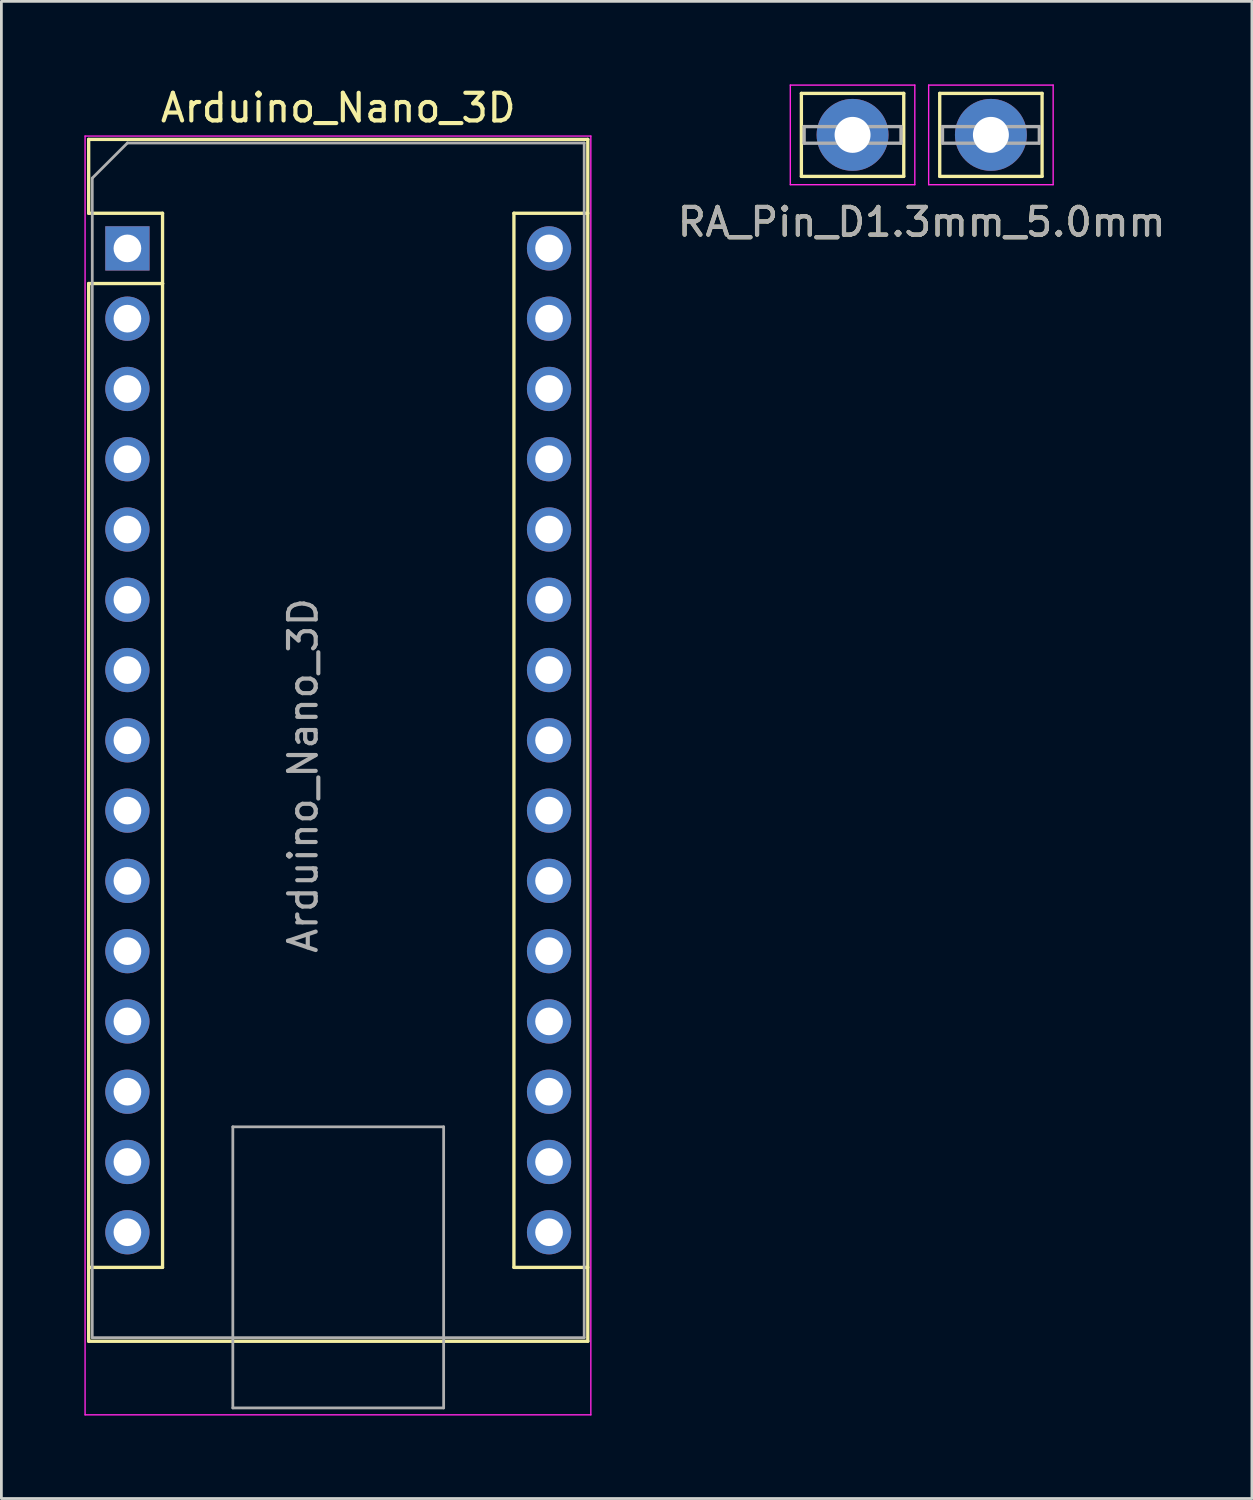
<source format=kicad_pcb>
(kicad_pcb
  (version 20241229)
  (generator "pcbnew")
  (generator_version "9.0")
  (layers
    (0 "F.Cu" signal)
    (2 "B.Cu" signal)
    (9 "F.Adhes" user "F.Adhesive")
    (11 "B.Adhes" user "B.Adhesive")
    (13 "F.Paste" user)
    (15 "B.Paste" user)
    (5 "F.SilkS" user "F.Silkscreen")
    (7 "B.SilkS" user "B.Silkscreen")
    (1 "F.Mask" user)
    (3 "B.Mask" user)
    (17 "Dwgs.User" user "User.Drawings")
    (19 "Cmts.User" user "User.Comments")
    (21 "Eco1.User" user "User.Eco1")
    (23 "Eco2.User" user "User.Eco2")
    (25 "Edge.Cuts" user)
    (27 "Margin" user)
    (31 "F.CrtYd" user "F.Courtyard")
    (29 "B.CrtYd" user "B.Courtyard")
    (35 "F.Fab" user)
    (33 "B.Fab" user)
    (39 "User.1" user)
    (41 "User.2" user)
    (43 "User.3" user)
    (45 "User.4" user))
  (footprint "Arduino_Nano_3D"
    (layer "F.Cu")
    (at 1.555 5.928)
    (property "Reference" "Arduino_Nano_3D" (at 7.62 -5.08 0) (layer "F.SilkS") (effects (font (size 1 1) (thickness 0.15))))
    (attr through_hole)
    (fp_line (start -1.4 -3.94) (end -1.4 -1.27) (stroke (width 0.12) (type solid)) (layer "F.SilkS"))
    (fp_line (start -1.4 1.27) (end -1.4 39.5) (stroke (width 0.12) (type solid)) (layer "F.SilkS"))
    (fp_line (start -1.4 39.5) (end 16.64 39.5) (stroke (width 0.12) (type solid)) (layer "F.SilkS"))
    (fp_line (start 1.27 -1.27) (end -1.4 -1.27) (stroke (width 0.12) (type solid)) (layer "F.SilkS"))
    (fp_line (start 1.27 1.27) (end -1.4 1.27) (stroke (width 0.12) (type solid)) (layer "F.SilkS"))
    (fp_line (start 1.27 1.27) (end 1.27 -1.27) (stroke (width 0.12) (type solid)) (layer "F.SilkS"))
    (fp_line (start 1.27 1.27) (end 1.27 36.83) (stroke (width 0.12) (type solid)) (layer "F.SilkS"))
    (fp_line (start 1.27 36.83) (end -1.4 36.83) (stroke (width 0.12) (type solid)) (layer "F.SilkS"))
    (fp_line (start 13.97 -1.27) (end 13.97 36.83) (stroke (width 0.12) (type solid)) (layer "F.SilkS"))
    (fp_line (start 13.97 -1.27) (end 16.64 -1.27) (stroke (width 0.12) (type solid)) (layer "F.SilkS"))
    (fp_line (start 13.97 36.83) (end 16.64 36.83) (stroke (width 0.12) (type solid)) (layer "F.SilkS"))
    (fp_line (start 16.64 -3.94) (end -1.4 -3.94) (stroke (width 0.12) (type solid)) (layer "F.SilkS"))
    (fp_line (start 16.64 39.5) (end 16.64 -3.94) (stroke (width 0.12) (type solid)) (layer "F.SilkS"))
    (fp_line (start -1.53 -4.06) (end -1.53 42.16) (stroke (width 0.05) (type solid)) (layer "F.CrtYd"))
    (fp_line (start -1.53 -4.06) (end 16.75 -4.06) (stroke (width 0.05) (type solid)) (layer "F.CrtYd"))
    (fp_line (start 16.75 42.16) (end -1.53 42.16) (stroke (width 0.05) (type solid)) (layer "F.CrtYd"))
    (fp_line (start 16.75 42.16) (end 16.75 -4.06) (stroke (width 0.05) (type solid)) (layer "F.CrtYd"))
    (fp_line (start -1.27 -2.54) (end 0 -3.81) (stroke (width 0.1) (type solid)) (layer "F.Fab"))
    (fp_line (start -1.27 39.37) (end -1.27 -2.54) (stroke (width 0.1) (type solid)) (layer "F.Fab"))
    (fp_line (start 0 -3.81) (end 16.51 -3.81) (stroke (width 0.1) (type solid)) (layer "F.Fab"))
    (fp_line (start 3.81 31.75) (end 11.43 31.75) (stroke (width 0.1) (type solid)) (layer "F.Fab"))
    (fp_line (start 3.81 41.91) (end 3.81 31.75) (stroke (width 0.1) (type solid)) (layer "F.Fab"))
    (fp_line (start 11.43 31.75) (end 11.43 41.91) (stroke (width 0.1) (type solid)) (layer "F.Fab"))
    (fp_line (start 11.43 41.91) (end 3.81 41.91) (stroke (width 0.1) (type solid)) (layer "F.Fab"))
    (fp_line (start 16.51 -3.81) (end 16.51 39.37) (stroke (width 0.1) (type solid)) (layer "F.Fab"))
    (fp_line (start 16.51 39.37) (end -1.27 39.37) (stroke (width 0.1) (type solid)) (layer "F.Fab"))
    (fp_text user "${REFERENCE}" (at 6.35 19.05 90) (layer "F.Fab") (effects (font (size 1 1) (thickness 0.15))))
    (pad "1" thru_hole rect (at 0 0) (size 1.6 1.6) (drill 1) (layers "*.Cu" "*.Mask"))
    (pad "2" thru_hole oval (at 0 2.54) (size 1.6 1.6) (drill 1) (layers "*.Cu" "*.Mask"))
    (pad "3" thru_hole oval (at 0 5.08) (size 1.6 1.6) (drill 1) (layers "*.Cu" "*.Mask"))
    (pad "4" thru_hole oval (at 0 7.62) (size 1.6 1.6) (drill 1) (layers "*.Cu" "*.Mask"))
    (pad "5" thru_hole oval (at 0 10.16) (size 1.6 1.6) (drill 1) (layers "*.Cu" "*.Mask"))
    (pad "6" thru_hole oval (at 0 12.7) (size 1.6 1.6) (drill 1) (layers "*.Cu" "*.Mask"))
    (pad "7" thru_hole oval (at 0 15.24) (size 1.6 1.6) (drill 1) (layers "*.Cu" "*.Mask"))
    (pad "8" thru_hole oval (at 0 17.78) (size 1.6 1.6) (drill 1) (layers "*.Cu" "*.Mask"))
    (pad "9" thru_hole oval (at 0 20.32) (size 1.6 1.6) (drill 1) (layers "*.Cu" "*.Mask"))
    (pad "10" thru_hole oval (at 0 22.86) (size 1.6 1.6) (drill 1) (layers "*.Cu" "*.Mask"))
    (pad "11" thru_hole oval (at 0 25.4) (size 1.6 1.6) (drill 1) (layers "*.Cu" "*.Mask"))
    (pad "12" thru_hole oval (at 0 27.94) (size 1.6 1.6) (drill 1) (layers "*.Cu" "*.Mask"))
    (pad "13" thru_hole oval (at 0 30.48) (size 1.6 1.6) (drill 1) (layers "*.Cu" "*.Mask"))
    (pad "14" thru_hole oval (at 0 33.02) (size 1.6 1.6) (drill 1) (layers "*.Cu" "*.Mask"))
    (pad "15" thru_hole oval (at 0 35.56) (size 1.6 1.6) (drill 1) (layers "*.Cu" "*.Mask"))
    (pad "16" thru_hole oval (at 15.24 35.56) (size 1.6 1.6) (drill 1) (layers "*.Cu" "*.Mask"))
    (pad "17" thru_hole oval (at 15.24 33.02) (size 1.6 1.6) (drill 1) (layers "*.Cu" "*.Mask"))
    (pad "18" thru_hole oval (at 15.24 30.48) (size 1.6 1.6) (drill 1) (layers "*.Cu" "*.Mask"))
    (pad "19" thru_hole oval (at 15.24 27.94) (size 1.6 1.6) (drill 1) (layers "*.Cu" "*.Mask"))
    (pad "20" thru_hole oval (at 15.24 25.4) (size 1.6 1.6) (drill 1) (layers "*.Cu" "*.Mask"))
    (pad "21" thru_hole oval (at 15.24 22.86) (size 1.6 1.6) (drill 1) (layers "*.Cu" "*.Mask"))
    (pad "22" thru_hole oval (at 15.24 20.32) (size 1.6 1.6) (drill 1) (layers "*.Cu" "*.Mask"))
    (pad "23" thru_hole oval (at 15.24 17.78) (size 1.6 1.6) (drill 1) (layers "*.Cu" "*.Mask"))
    (pad "24" thru_hole oval (at 15.24 15.24) (size 1.6 1.6) (drill 1) (layers "*.Cu" "*.Mask"))
    (pad "25" thru_hole oval (at 15.24 12.7) (size 1.6 1.6) (drill 1) (layers "*.Cu" "*.Mask"))
    (pad "26" thru_hole oval (at 15.24 10.16) (size 1.6 1.6) (drill 1) (layers "*.Cu" "*.Mask"))
    (pad "27" thru_hole oval (at 15.24 7.62) (size 1.6 1.6) (drill 1) (layers "*.Cu" "*.Mask"))
    (pad "28" thru_hole oval (at 15.24 5.08) (size 1.6 1.6) (drill 1) (layers "*.Cu" "*.Mask"))
    (pad "29" thru_hole oval (at 15.24 2.54) (size 1.6 1.6) (drill 1) (layers "*.Cu" "*.Mask"))
    (pad "30" thru_hole oval (at 15.24 0) (size 1.6 1.6) (drill 1) (layers "*.Cu" "*.Mask")))
  (footprint "RA_Pin_D1.3mm_5.0mm"
    (layer "F.Cu")
    (at 30.265 1.825)
    (property "Reference" "RA_Pin_D1.3mm_5.0mm" (at 0 3.15 0) (layer "F.SilkS") (effects (font (size 1 1) (thickness 0.15))))
    (attr through_hole)
    (fp_line (start -4.35 -1.5) (end -4.35 1.5) (stroke (width 0.12) (type solid)) (layer "F.SilkS"))
    (fp_line (start -4.35 1.5) (end -0.65 1.5) (stroke (width 0.12) (type solid)) (layer "F.SilkS"))
    (fp_line (start -0.65 -1.5) (end -4.35 -1.5) (stroke (width 0.12) (type solid)) (layer "F.SilkS"))
    (fp_line (start -0.65 -1.5) (end -0.65 1.5) (stroke (width 0.12) (type solid)) (layer "F.SilkS"))
    (fp_line (start 0.65 -1.5) (end 0.65 1.5) (stroke (width 0.12) (type solid)) (layer "F.SilkS"))
    (fp_line (start 0.65 1.5) (end 4.35 1.5) (stroke (width 0.12) (type solid)) (layer "F.SilkS"))
    (fp_line (start 4.35 -1.5) (end 0.65 -1.5) (stroke (width 0.12) (type solid)) (layer "F.SilkS"))
    (fp_line (start 4.35 -1.5) (end 4.35 1.5) (stroke (width 0.12) (type solid)) (layer "F.SilkS"))
    (fp_line (start -4.75 1.8) (end -4.75 -1.8) (stroke (width 0.05) (type solid)) (layer "F.CrtYd"))
    (fp_line (start -4.75 1.8) (end -0.25 1.8) (stroke (width 0.05) (type solid)) (layer "F.CrtYd"))
    (fp_line (start -0.25 -1.8) (end -4.75 -1.8) (stroke (width 0.05) (type solid)) (layer "F.CrtYd"))
    (fp_line (start -0.25 -1.8) (end -0.25 1.8) (stroke (width 0.05) (type solid)) (layer "F.CrtYd"))
    (fp_line (start 0.25 1.8) (end 0.25 -1.8) (stroke (width 0.05) (type solid)) (layer "F.CrtYd"))
    (fp_line (start 0.25 1.8) (end 4.75 1.8) (stroke (width 0.05) (type solid)) (layer "F.CrtYd"))
    (fp_line (start 4.75 -1.8) (end 0.25 -1.8) (stroke (width 0.05) (type solid)) (layer "F.CrtYd"))
    (fp_line (start 4.75 -1.8) (end 4.75 1.8) (stroke (width 0.05) (type solid)) (layer "F.CrtYd"))
    (fp_line (start -4.25 -0.3) (end -4.25 0.3) (stroke (width 0.12) (type solid)) (layer "F.Fab"))
    (fp_line (start -4.25 0.3) (end -0.75 0.3) (stroke (width 0.12) (type solid)) (layer "F.Fab"))
    (fp_line (start -0.75 -0.3) (end -4.25 -0.3) (stroke (width 0.12) (type solid)) (layer "F.Fab"))
    (fp_line (start -0.75 0.3) (end -0.75 -0.3) (stroke (width 0.12) (type solid)) (layer "F.Fab"))
    (fp_line (start 0.75 -0.3) (end 0.75 0.3) (stroke (width 0.12) (type solid)) (layer "F.Fab"))
    (fp_line (start 0.75 0.3) (end 4.25 0.3) (stroke (width 0.12) (type solid)) (layer "F.Fab"))
    (fp_line (start 4.25 -0.3) (end 0.75 -0.3) (stroke (width 0.12) (type solid)) (layer "F.Fab"))
    (fp_line (start 4.25 0.3) (end 4.25 -0.3) (stroke (width 0.12) (type solid)) (layer "F.Fab"))
    (fp_text user "${REFERENCE}" (at 0 3.15 0) (layer "F.Fab") (effects (font (size 1 1) (thickness 0.15))))
    (pad "1" thru_hole circle (at -2.5 0) (size 2.6 2.6) (drill 1.3) (layers "*.Cu" "*.Mask"))
    (pad "1" thru_hole circle (at 2.5 0) (size 2.6 2.6) (drill 1.3) (layers "*.Cu" "*.Mask")))
  (gr_rect
    (start -3 -3)
    (end 42.199 51.113)
    (stroke (width 0.1) (type default))
    (fill no)
    (layer "Edge.Cuts")))
</source>
